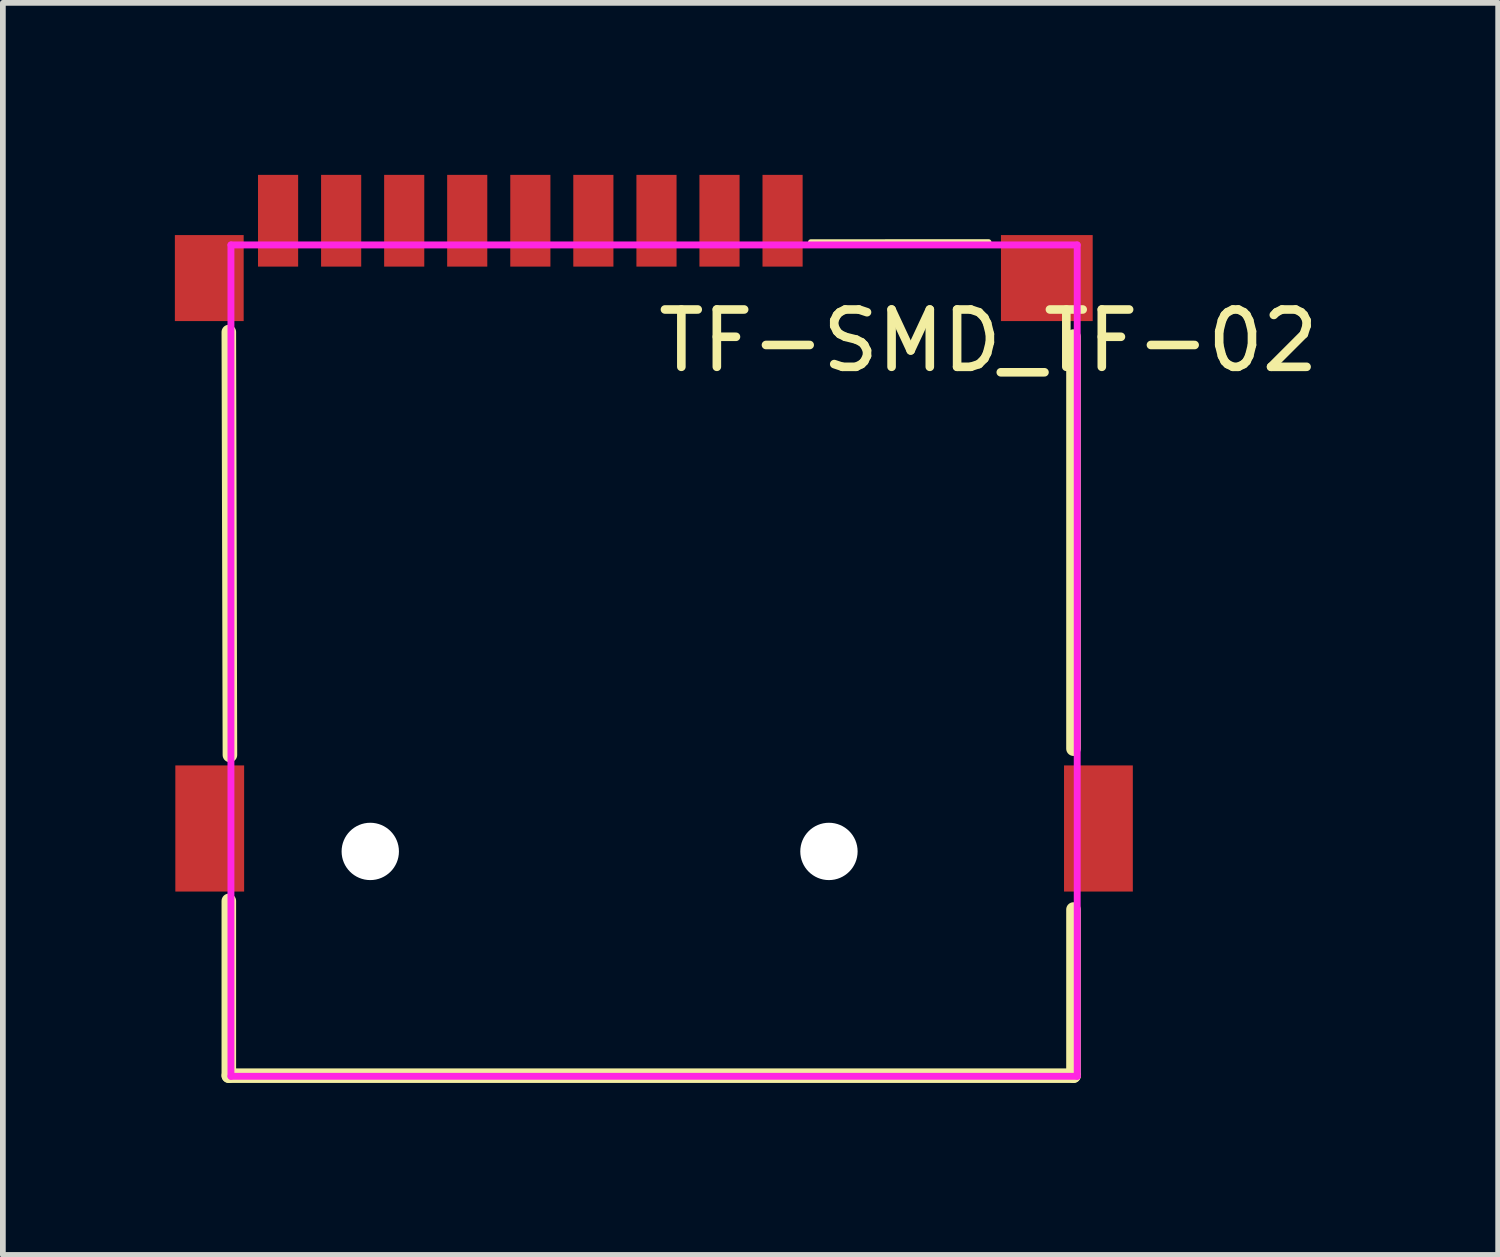
<source format=kicad_pcb>
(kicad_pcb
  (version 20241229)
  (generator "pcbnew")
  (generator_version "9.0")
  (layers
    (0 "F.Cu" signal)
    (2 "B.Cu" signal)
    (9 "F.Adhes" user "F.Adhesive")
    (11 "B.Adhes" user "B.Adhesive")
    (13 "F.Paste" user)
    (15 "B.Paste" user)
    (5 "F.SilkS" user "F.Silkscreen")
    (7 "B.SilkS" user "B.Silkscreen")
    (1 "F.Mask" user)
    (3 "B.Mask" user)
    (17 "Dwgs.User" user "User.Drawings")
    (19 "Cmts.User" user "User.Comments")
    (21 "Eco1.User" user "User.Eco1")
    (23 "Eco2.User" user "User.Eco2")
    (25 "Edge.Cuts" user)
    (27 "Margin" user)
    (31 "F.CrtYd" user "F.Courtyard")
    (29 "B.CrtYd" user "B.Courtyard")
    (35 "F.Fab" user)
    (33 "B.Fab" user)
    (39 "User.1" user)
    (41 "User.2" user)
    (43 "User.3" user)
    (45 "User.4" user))
  (footprint "TF-SMD_TF-02"
    (layer "F.Cu")
    (at 8.354 6.1)
    (property "Reference" "TF-SMD_TF-02" (at 0 -3.207 0) (layer "F.SilkS") (effects (font (size 1 1) (thickness 0.15)) (justify left)))
    (attr through_hole)
    (fp_line (start -7.413 -3.359) (end -7.394 4.018) (stroke (width 0.254) (type solid)) (layer "F.SilkS"))
    (fp_line (start -7.413 6.563) (end -7.413 9.611) (stroke (width 0.254) (type solid)) (layer "F.SilkS"))
    (fp_line (start -7.413 9.611) (end 7.319 9.611) (stroke (width 0.254) (type solid)) (layer "F.SilkS"))
    (fp_line (start 2.739 -4.926) (end 5.838 -4.927) (stroke (width 0.102) (type solid)) (layer "F.SilkS"))
    (fp_line (start 7.319 3.908) (end 7.319 -3.28) (stroke (width 0.254) (type solid)) (layer "F.SilkS"))
    (fp_line (start 7.319 9.611) (end 7.319 6.713) (stroke (width 0.254) (type solid)) (layer "F.SilkS"))
    (fp_circle (center -4.946 5.7) (end -4.746 5.7) (stroke (width 0.4) (type solid)) (fill no) (layer "Dwgs.User"))
    (fp_circle (center 3.054 5.7) (end 3.254 5.7) (stroke (width 0.4) (type solid)) (fill no) (layer "Dwgs.User"))
    (fp_circle (center 8.084 -5.337) (end 8.114 -5.337) (stroke (width 0.06) (type solid)) (fill no) (layer "Eco2.User"))
    (fp_poly (pts (xy -8.076 4.5) (xy -7.276 4.5) (xy -7.276 6.1) (xy -8.076 6.1)) (stroke (width 0.12) (type solid)) (fill no) (layer "Eco2.User"))
    (fp_poly (pts (xy -8.071 -3.789) (xy -8.071 -4.789) (xy -7.371 -4.789) (xy -7.371 -3.789)) (stroke (width 0.12) (type solid)) (fill no) (layer "Eco2.User"))
    (fp_poly (pts (xy -6.704 -5.478) (xy -6.404 -5.478) (xy -6.404 -4.828) (xy -6.704 -4.828)) (stroke (width 0.12) (type solid)) (fill no) (layer "Eco2.User"))
    (fp_poly (pts (xy -5.604 -5.478) (xy -5.304 -5.478) (xy -5.304 -4.828) (xy -5.604 -4.828)) (stroke (width 0.12) (type solid)) (fill no) (layer "Eco2.User"))
    (fp_poly (pts (xy -4.504 -5.478) (xy -4.204 -5.478) (xy -4.204 -4.828) (xy -4.504 -4.828)) (stroke (width 0.12) (type solid)) (fill no) (layer "Eco2.User"))
    (fp_poly (pts (xy -3.405 -5.478) (xy -3.105 -5.478) (xy -3.105 -4.828) (xy -3.405 -4.828)) (stroke (width 0.12) (type solid)) (fill no) (layer "Eco2.User"))
    (fp_poly (pts (xy -2.304 -5.478) (xy -2.004 -5.478) (xy -2.004 -4.828) (xy -2.304 -4.828)) (stroke (width 0.12) (type solid)) (fill no) (layer "Eco2.User"))
    (fp_poly (pts (xy -1.205 -5.478) (xy -0.905 -5.478) (xy -0.905 -4.828) (xy -1.205 -4.828)) (stroke (width 0.12) (type solid)) (fill no) (layer "Eco2.User"))
    (fp_poly (pts (xy -0.104 -5.478) (xy 0.196 -5.478) (xy 0.196 -4.828) (xy -0.104 -4.828)) (stroke (width 0.12) (type solid)) (fill no) (layer "Eco2.User"))
    (fp_poly (pts (xy 0.995 -5.478) (xy 1.295 -5.478) (xy 1.295 -4.828) (xy 0.995 -4.828)) (stroke (width 0.12) (type solid)) (fill no) (layer "Eco2.User"))
    (fp_poly (pts (xy 2.095 -5.478) (xy 2.395 -5.478) (xy 2.395 -4.828) (xy 2.095 -4.828)) (stroke (width 0.12) (type solid)) (fill no) (layer "Eco2.User"))
    (fp_poly (pts (xy 6.613 -4.789) (xy 7.263 -4.789) (xy 7.263 -3.789) (xy 6.613 -3.789)) (stroke (width 0.12) (type solid)) (fill no) (layer "Eco2.User"))
    (fp_poly (pts (xy 7.284 4.5) (xy 8.084 4.5) (xy 8.084 6.1) (xy 7.284 6.1)) (stroke (width 0.12) (type solid)) (fill no) (layer "Eco2.User"))
    (fp_line (start -7.376 -4.878) (end 7.384 -4.878) (stroke (width 0.12) (type solid)) (layer "F.CrtYd"))
    (fp_line (start -7.376 9.622) (end -7.376 -4.878) (stroke (width 0.12) (type solid)) (layer "F.CrtYd"))
    (fp_line (start 7.384 -4.878) (end 7.384 9.622) (stroke (width 0.12) (type solid)) (layer "F.CrtYd"))
    (fp_line (start 7.384 9.622) (end -7.376 9.622) (stroke (width 0.12) (type solid)) (layer "F.CrtYd"))
    (pad "" np_thru_hole circle (at -4.946 5.7) (size 1 1) (drill 1) (layers "*.Cu" "*.Mask"))
    (pad "" np_thru_hole circle (at 3.054 5.7) (size 1 1) (drill 1) (layers "*.Cu" "*.Mask"))
    (pad "1" smd rect (at 2.245 -5.3) (size 0.7 1.6) (layers "F.Cu" "F.Mask" "F.Paste"))
    (pad "2" smd rect (at 1.145 -5.3) (size 0.7 1.6) (layers "F.Cu" "F.Mask" "F.Paste"))
    (pad "3" smd rect (at 0.046 -5.3) (size 0.7 1.6) (layers "F.Cu" "F.Mask" "F.Paste"))
    (pad "4" smd rect (at -1.055 -5.3) (size 0.7 1.6) (layers "F.Cu" "F.Mask" "F.Paste"))
    (pad "5" smd rect (at -2.154 -5.3) (size 0.7 1.6) (layers "F.Cu" "F.Mask" "F.Paste"))
    (pad "6" smd rect (at -3.255 -5.3) (size 0.7 1.6) (layers "F.Cu" "F.Mask" "F.Paste"))
    (pad "7" smd rect (at -4.354 -5.3) (size 0.7 1.6) (layers "F.Cu" "F.Mask" "F.Paste"))
    (pad "8" smd rect (at -5.454 -5.3) (size 0.7 1.6) (layers "F.Cu" "F.Mask" "F.Paste"))
    (pad "9" smd rect (at -6.554 -5.3) (size 0.7 1.6) (layers "F.Cu" "F.Mask" "F.Paste"))
    (pad "10" smd rect (at -7.754 -4.3) (size 1.2 1.5) (layers "F.Cu" "F.Mask" "F.Paste"))
    (pad "11" smd rect (at -7.746 5.3) (size 1.2 2.2) (layers "F.Cu" "F.Mask" "F.Paste"))
    (pad "12" smd rect (at 7.754 5.3) (size 1.2 2.2) (layers "F.Cu" "F.Mask" "F.Paste"))
    (pad "13" smd rect (at 6.854 -4.3) (size 1.6 1.5) (layers "F.Cu" "F.Mask" "F.Paste")))
  (gr_rect
    (start -3 -3)
    (end 23.08 18.838)
    (stroke (width 0.1) (type default))
    (fill no)
    (layer "Edge.Cuts")))
</source>
